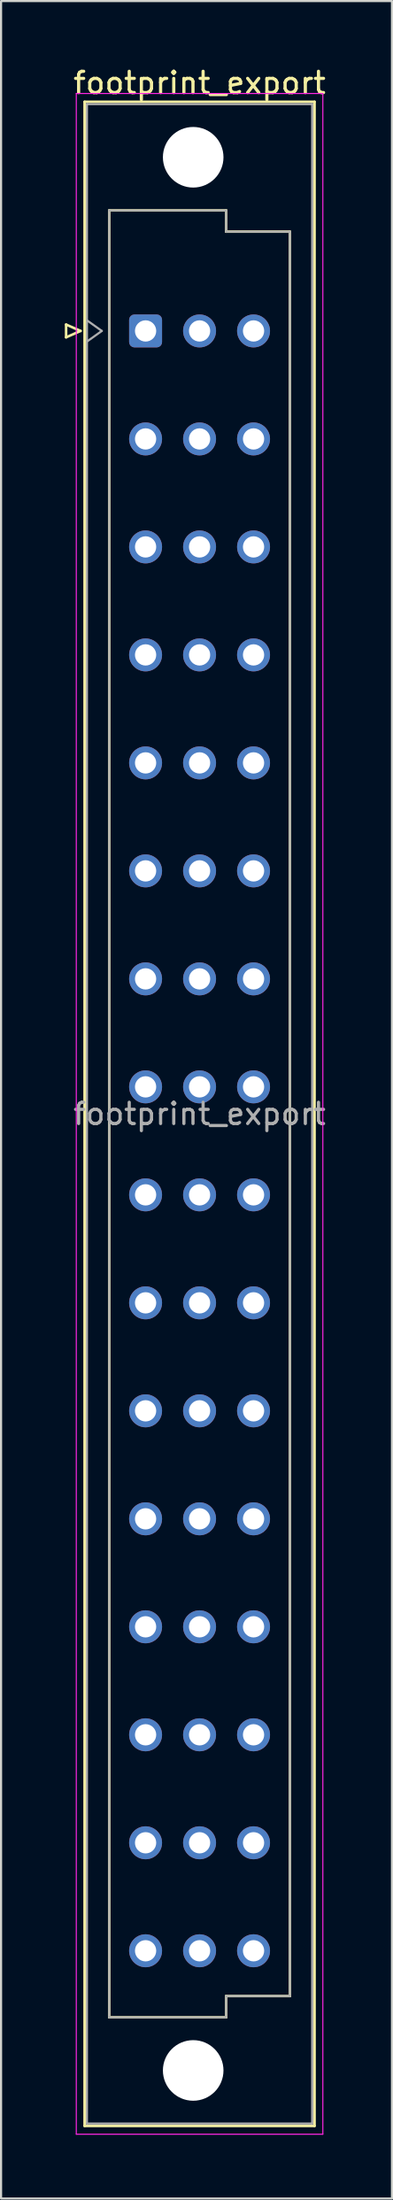
<source format=kicad_pcb>
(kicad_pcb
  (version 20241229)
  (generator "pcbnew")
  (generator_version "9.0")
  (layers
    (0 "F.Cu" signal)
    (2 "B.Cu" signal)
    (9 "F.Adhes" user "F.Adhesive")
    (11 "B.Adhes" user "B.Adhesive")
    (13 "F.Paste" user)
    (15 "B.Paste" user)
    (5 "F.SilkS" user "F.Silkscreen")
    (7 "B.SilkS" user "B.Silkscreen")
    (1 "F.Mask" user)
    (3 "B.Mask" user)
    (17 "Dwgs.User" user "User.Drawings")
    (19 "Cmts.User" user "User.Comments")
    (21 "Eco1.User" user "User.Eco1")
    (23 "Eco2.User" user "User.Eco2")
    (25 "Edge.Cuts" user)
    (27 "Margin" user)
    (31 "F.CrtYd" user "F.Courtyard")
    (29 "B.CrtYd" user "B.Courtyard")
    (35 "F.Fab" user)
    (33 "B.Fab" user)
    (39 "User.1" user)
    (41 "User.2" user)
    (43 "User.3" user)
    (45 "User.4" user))
  (footprint "footprint_export"
    (layer "F.Cu")
    (at 3.8 9.978)
    (property "Reference" "footprint_export" (at 2.54 -9.13 0) (layer "F.SilkS") (effects (font (size 1 1) (thickness 0.15))))
    (attr through_hole)
    (fp_line (start -3.74 2.24) (end -3.74 2.84) (stroke (width 0.12) (type solid)) (layer "F.SilkS"))
    (fp_line (start -3.74 2.84) (end -3.06 2.54) (stroke (width 0.12) (type solid)) (layer "F.SilkS"))
    (fp_line (start -3.06 2.54) (end -3.74 2.24) (stroke (width 0.12) (type solid)) (layer "F.SilkS"))
    (fp_line (start -2.87 -8.24) (end 7.95 -8.24) (stroke (width 0.12) (type solid)) (layer "F.SilkS"))
    (fp_line (start -2.87 86.98) (end -2.87 -8.24) (stroke (width 0.12) (type solid)) (layer "F.SilkS"))
    (fp_line (start -1.71 -3.131) (end 3.79 -3.131) (stroke (width 0.12) (type solid)) (layer "F.SilkS"))
    (fp_line (start -1.71 81.87) (end -1.71 -3.131) (stroke (width 0.12) (type solid)) (layer "F.SilkS"))
    (fp_line (start 3.79 -3.131) (end 3.79 -2.131) (stroke (width 0.12) (type solid)) (layer "F.SilkS"))
    (fp_line (start 3.79 -2.131) (end 6.79 -2.131) (stroke (width 0.12) (type solid)) (layer "F.SilkS"))
    (fp_line (start 3.79 80.87) (end 3.79 81.87) (stroke (width 0.12) (type solid)) (layer "F.SilkS"))
    (fp_line (start 3.79 81.87) (end -1.71 81.87) (stroke (width 0.12) (type solid)) (layer "F.SilkS"))
    (fp_line (start 6.79 -2.131) (end 6.79 80.87) (stroke (width 0.12) (type solid)) (layer "F.SilkS"))
    (fp_line (start 6.79 80.87) (end 3.79 80.87) (stroke (width 0.12) (type solid)) (layer "F.SilkS"))
    (fp_line (start 7.95 -8.24) (end 7.95 86.98) (stroke (width 0.12) (type solid)) (layer "F.SilkS"))
    (fp_line (start 7.95 86.98) (end -2.87 86.98) (stroke (width 0.12) (type solid)) (layer "F.SilkS"))
    (fp_line (start -3.26 -8.63) (end 8.34 -8.63) (stroke (width 0.05) (type solid)) (layer "F.CrtYd"))
    (fp_line (start -3.26 87.37) (end -3.26 -8.63) (stroke (width 0.05) (type solid)) (layer "F.CrtYd"))
    (fp_line (start 8.34 -8.63) (end 8.34 87.37) (stroke (width 0.05) (type solid)) (layer "F.CrtYd"))
    (fp_line (start 8.34 87.37) (end -3.26 87.37) (stroke (width 0.05) (type solid)) (layer "F.CrtYd"))
    (fp_line (start -2.76 -8.13) (end 7.84 -8.13) (stroke (width 0.1) (type solid)) (layer "F.Fab"))
    (fp_line (start -2.76 2.04) (end -2.06 2.54) (stroke (width 0.1) (type solid)) (layer "F.Fab"))
    (fp_line (start -2.76 86.87) (end -2.76 -8.13) (stroke (width 0.1) (type solid)) (layer "F.Fab"))
    (fp_line (start -2.06 2.54) (end -2.76 3.04) (stroke (width 0.1) (type solid)) (layer "F.Fab"))
    (fp_line (start -1.71 -3.13) (end 3.79 -3.13) (stroke (width 0.1) (type solid)) (layer "F.Fab"))
    (fp_line (start -1.71 81.87) (end -1.71 -3.13) (stroke (width 0.1) (type solid)) (layer "F.Fab"))
    (fp_line (start 3.79 -3.13) (end 3.79 -2.13) (stroke (width 0.1) (type solid)) (layer "F.Fab"))
    (fp_line (start 3.79 -2.13) (end 6.79 -2.13) (stroke (width 0.1) (type solid)) (layer "F.Fab"))
    (fp_line (start 3.79 80.87) (end 3.79 81.87) (stroke (width 0.1) (type solid)) (layer "F.Fab"))
    (fp_line (start 3.79 81.87) (end -1.71 81.87) (stroke (width 0.1) (type solid)) (layer "F.Fab"))
    (fp_line (start 6.79 -2.13) (end 6.79 80.87) (stroke (width 0.1) (type solid)) (layer "F.Fab"))
    (fp_line (start 6.79 80.87) (end 3.79 80.87) (stroke (width 0.1) (type solid)) (layer "F.Fab"))
    (fp_line (start 7.84 -8.13) (end 7.84 86.87) (stroke (width 0.1) (type solid)) (layer "F.Fab"))
    (fp_line (start 7.84 86.87) (end -2.76 86.87) (stroke (width 0.1) (type solid)) (layer "F.Fab"))
    (fp_text user "${REFERENCE}" (at 2.54 39.37 0) (layer "F.Fab") (effects (font (size 1 1) (thickness 0.15))))
    (pad "" np_thru_hole circle (at 2.24 -5.63) (size 2.85 2.85) (drill 2.85) (layers "*.Cu" "*.Mask"))
    (pad "" np_thru_hole circle (at 2.24 84.37) (size 2.85 2.85) (drill 2.85) (layers "*.Cu" "*.Mask"))
    (pad "a2" thru_hole roundrect (at 0 2.54) (size 1.55 1.55) (drill 1) (layers "*.Cu" "*.Mask") (roundrect_rratio 0.161))
    (pad "a4" thru_hole circle (at 0 7.62) (size 1.55 1.55) (drill 1) (layers "*.Cu" "*.Mask"))
    (pad "a6" thru_hole circle (at 0 12.7) (size 1.55 1.55) (drill 1) (layers "*.Cu" "*.Mask"))
    (pad "a8" thru_hole circle (at 0 17.78) (size 1.55 1.55) (drill 1) (layers "*.Cu" "*.Mask"))
    (pad "a10" thru_hole circle (at 0 22.86) (size 1.55 1.55) (drill 1) (layers "*.Cu" "*.Mask"))
    (pad "a12" thru_hole circle (at 0 27.94) (size 1.55 1.55) (drill 1) (layers "*.Cu" "*.Mask"))
    (pad "a14" thru_hole circle (at 0 33.02) (size 1.55 1.55) (drill 1) (layers "*.Cu" "*.Mask"))
    (pad "a16" thru_hole circle (at 0 38.1) (size 1.55 1.55) (drill 1) (layers "*.Cu" "*.Mask"))
    (pad "a18" thru_hole circle (at 0 43.18) (size 1.55 1.55) (drill 1) (layers "*.Cu" "*.Mask"))
    (pad "a20" thru_hole circle (at 0 48.26) (size 1.55 1.55) (drill 1) (layers "*.Cu" "*.Mask"))
    (pad "a22" thru_hole circle (at 0 53.34) (size 1.55 1.55) (drill 1) (layers "*.Cu" "*.Mask"))
    (pad "a24" thru_hole circle (at 0 58.42) (size 1.55 1.55) (drill 1) (layers "*.Cu" "*.Mask"))
    (pad "a26" thru_hole circle (at 0 63.5) (size 1.55 1.55) (drill 1) (layers "*.Cu" "*.Mask"))
    (pad "a28" thru_hole circle (at 0 68.58) (size 1.55 1.55) (drill 1) (layers "*.Cu" "*.Mask"))
    (pad "a30" thru_hole circle (at 0 73.66) (size 1.55 1.55) (drill 1) (layers "*.Cu" "*.Mask"))
    (pad "a32" thru_hole circle (at 0 78.74) (size 1.55 1.55) (drill 1) (layers "*.Cu" "*.Mask"))
    (pad "b2" thru_hole circle (at 2.54 2.54) (size 1.55 1.55) (drill 1) (layers "*.Cu" "*.Mask"))
    (pad "b4" thru_hole circle (at 2.54 7.62) (size 1.55 1.55) (drill 1) (layers "*.Cu" "*.Mask"))
    (pad "b6" thru_hole circle (at 2.54 12.7) (size 1.55 1.55) (drill 1) (layers "*.Cu" "*.Mask"))
    (pad "b8" thru_hole circle (at 2.54 17.78) (size 1.55 1.55) (drill 1) (layers "*.Cu" "*.Mask"))
    (pad "b10" thru_hole circle (at 2.54 22.86) (size 1.55 1.55) (drill 1) (layers "*.Cu" "*.Mask"))
    (pad "b12" thru_hole circle (at 2.54 27.94) (size 1.55 1.55) (drill 1) (layers "*.Cu" "*.Mask"))
    (pad "b14" thru_hole circle (at 2.54 33.02) (size 1.55 1.55) (drill 1) (layers "*.Cu" "*.Mask"))
    (pad "b16" thru_hole circle (at 2.54 38.1) (size 1.55 1.55) (drill 1) (layers "*.Cu" "*.Mask"))
    (pad "b18" thru_hole circle (at 2.54 43.18) (size 1.55 1.55) (drill 1) (layers "*.Cu" "*.Mask"))
    (pad "b20" thru_hole circle (at 2.54 48.26) (size 1.55 1.55) (drill 1) (layers "*.Cu" "*.Mask"))
    (pad "b22" thru_hole circle (at 2.54 53.34) (size 1.55 1.55) (drill 1) (layers "*.Cu" "*.Mask"))
    (pad "b24" thru_hole circle (at 2.54 58.42) (size 1.55 1.55) (drill 1) (layers "*.Cu" "*.Mask"))
    (pad "b26" thru_hole circle (at 2.54 63.5) (size 1.55 1.55) (drill 1) (layers "*.Cu" "*.Mask"))
    (pad "b28" thru_hole circle (at 2.54 68.58) (size 1.55 1.55) (drill 1) (layers "*.Cu" "*.Mask"))
    (pad "b30" thru_hole circle (at 2.54 73.66) (size 1.55 1.55) (drill 1) (layers "*.Cu" "*.Mask"))
    (pad "b32" thru_hole circle (at 2.54 78.74) (size 1.55 1.55) (drill 1) (layers "*.Cu" "*.Mask"))
    (pad "c2" thru_hole circle (at 5.08 2.54) (size 1.55 1.55) (drill 1) (layers "*.Cu" "*.Mask"))
    (pad "c4" thru_hole circle (at 5.08 7.62) (size 1.55 1.55) (drill 1) (layers "*.Cu" "*.Mask"))
    (pad "c6" thru_hole circle (at 5.08 12.7) (size 1.55 1.55) (drill 1) (layers "*.Cu" "*.Mask"))
    (pad "c8" thru_hole circle (at 5.08 17.78) (size 1.55 1.55) (drill 1) (layers "*.Cu" "*.Mask"))
    (pad "c10" thru_hole circle (at 5.08 22.86) (size 1.55 1.55) (drill 1) (layers "*.Cu" "*.Mask"))
    (pad "c12" thru_hole circle (at 5.08 27.94) (size 1.55 1.55) (drill 1) (layers "*.Cu" "*.Mask"))
    (pad "c14" thru_hole circle (at 5.08 33.02) (size 1.55 1.55) (drill 1) (layers "*.Cu" "*.Mask"))
    (pad "c16" thru_hole circle (at 5.08 38.1) (size 1.55 1.55) (drill 1) (layers "*.Cu" "*.Mask"))
    (pad "c18" thru_hole circle (at 5.08 43.18) (size 1.55 1.55) (drill 1) (layers "*.Cu" "*.Mask"))
    (pad "c20" thru_hole circle (at 5.08 48.26) (size 1.55 1.55) (drill 1) (layers "*.Cu" "*.Mask"))
    (pad "c22" thru_hole circle (at 5.08 53.34) (size 1.55 1.55) (drill 1) (layers "*.Cu" "*.Mask"))
    (pad "c24" thru_hole circle (at 5.08 58.42) (size 1.55 1.55) (drill 1) (layers "*.Cu" "*.Mask"))
    (pad "c26" thru_hole circle (at 5.08 63.5) (size 1.55 1.55) (drill 1) (layers "*.Cu" "*.Mask"))
    (pad "c28" thru_hole circle (at 5.08 68.58) (size 1.55 1.55) (drill 1) (layers "*.Cu" "*.Mask"))
    (pad "c30" thru_hole circle (at 5.08 73.66) (size 1.55 1.55) (drill 1) (layers "*.Cu" "*.Mask"))
    (pad "c32" thru_hole circle (at 5.08 78.74) (size 1.55 1.55) (drill 1) (layers "*.Cu" "*.Mask")))
  (gr_rect
    (start -3 -3)
    (end 15.394 100.373)
    (stroke (width 0.1) (type default))
    (fill no)
    (layer "Edge.Cuts")))
</source>
